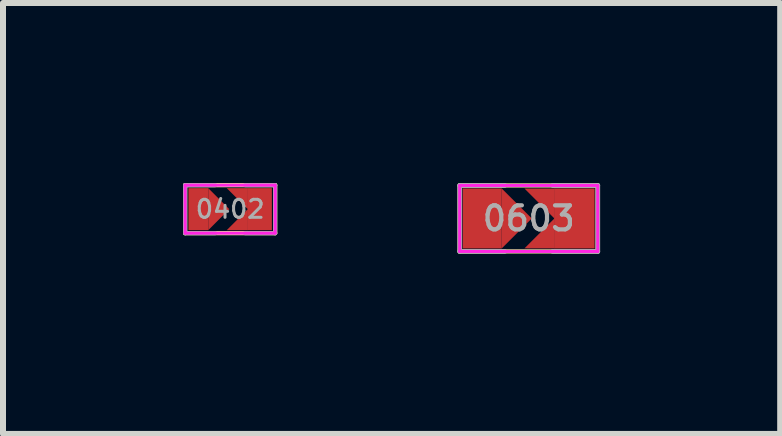
<source format=kicad_pcb>
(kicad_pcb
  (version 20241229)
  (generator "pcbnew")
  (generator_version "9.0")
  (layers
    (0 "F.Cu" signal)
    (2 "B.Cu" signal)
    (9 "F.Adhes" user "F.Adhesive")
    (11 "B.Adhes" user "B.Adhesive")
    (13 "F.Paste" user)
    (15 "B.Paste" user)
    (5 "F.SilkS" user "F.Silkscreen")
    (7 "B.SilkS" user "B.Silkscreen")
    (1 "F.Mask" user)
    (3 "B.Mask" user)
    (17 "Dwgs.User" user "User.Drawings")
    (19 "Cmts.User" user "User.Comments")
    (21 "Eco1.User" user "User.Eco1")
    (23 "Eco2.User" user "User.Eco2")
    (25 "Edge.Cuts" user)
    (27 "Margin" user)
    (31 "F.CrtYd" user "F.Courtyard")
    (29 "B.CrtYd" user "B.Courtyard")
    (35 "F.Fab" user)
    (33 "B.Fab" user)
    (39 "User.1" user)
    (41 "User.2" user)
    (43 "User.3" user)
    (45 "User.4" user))
  (footprint "0603"
    (layer "F.Cu")
    (at 5.76 0.59)
    (property "Reference" "0603" (at 0 0 0) (layer "F.Fab") (effects (font (size 0.4 0.4) (thickness 0.07))))
    (attr smd)
    (fp_line (start -1.15 -0.55) (end -1.15 0.55) (stroke (width 0.07) (type solid)) (layer "F.SilkS"))
    (fp_line (start -1.15 0.55) (end 1.15 0.55) (stroke (width 0.07) (type solid)) (layer "F.SilkS"))
    (fp_line (start 1.15 -0.55) (end -1.15 -0.55) (stroke (width 0.07) (type solid)) (layer "F.SilkS"))
    (fp_line (start 1.15 0.55) (end 1.15 -0.55) (stroke (width 0.07) (type solid)) (layer "F.SilkS"))
    (fp_line (start -1.15 -0.55) (end 1.15 -0.55) (stroke (width 0.05) (type solid)) (layer "F.CrtYd"))
    (fp_line (start -1.15 0.55) (end -1.15 -0.55) (stroke (width 0.05) (type solid)) (layer "F.CrtYd"))
    (fp_line (start 1.15 -0.55) (end 1.15 0.55) (stroke (width 0.05) (type solid)) (layer "F.CrtYd"))
    (fp_line (start 1.15 0.55) (end -1.15 0.55) (stroke (width 0.05) (type solid)) (layer "F.CrtYd"))
    (fp_line (start -1.15 -0.55) (end -1.15 0.55) (stroke (width 0.08) (type solid)) (layer "F.Fab"))
    (fp_line (start -1.15 0.55) (end -0.4 0.55) (stroke (width 0.08) (type solid)) (layer "F.Fab"))
    (fp_line (start -0.4 -0.55) (end -1.15 -0.55) (stroke (width 0.08) (type solid)) (layer "F.Fab"))
    (fp_line (start 0.4 -0.55) (end 1.15 -0.55) (stroke (width 0.08) (type solid)) (layer "F.Fab"))
    (fp_line (start 1.15 -0.55) (end 1.15 0.55) (stroke (width 0.08) (type solid)) (layer "F.Fab"))
    (fp_line (start 1.15 0.55) (end 0.4 0.55) (stroke (width 0.08) (type solid)) (layer "F.Fab"))
    (pad "1" smd rect (at -0.78 0) (size 0.65 1) (drill (offset 0.005 0)) (layers "F.Cu" "F.Mask" "F.Paste"))
    (pad "1" smd trapezoid (at -0.2 0 270) (size 0.5 0.5) (rect_delta 0 0.499) (layers "F.Cu" "F.Mask" "F.Paste"))
    (pad "2" smd trapezoid (at 0.3 -0.375 315) (size 0.35 0.35) (rect_delta 0 0.349) (layers "F.Cu" "F.Mask" "F.Paste"))
    (pad "2" smd trapezoid (at 0.3 0.375 225) (size 0.35 0.35) (rect_delta 0 0.349) (layers "F.Cu" "F.Mask" "F.Paste"))
    (pad "2" smd rect (at 0.76 0) (size 0.675 1) (layers "F.Cu" "F.Mask" "F.Paste")))
  (footprint "0402"
    (layer "F.Cu")
    (at 0.785 0.435)
    (property "Reference" "0402" (at 0 0 0) (layer "F.Fab") (effects (font (size 0.3 0.3) (thickness 0.05) (bold yes))))
    (attr smd)
    (fp_line (start -0.75 0.4) (end -0.75 -0.4) (stroke (width 0.07) (type solid)) (layer "F.SilkS"))
    (fp_line (start -0.75 0.4) (end 0.75 0.4) (stroke (width 0.07) (type solid)) (layer "F.SilkS"))
    (fp_line (start 0.75 -0.4) (end -0.75 -0.4) (stroke (width 0.07) (type solid)) (layer "F.SilkS"))
    (fp_line (start 0.75 -0.4) (end 0.75 0.4) (stroke (width 0.07) (type solid)) (layer "F.SilkS"))
    (fp_line (start -0.75 -0.4) (end 0.75 -0.4) (stroke (width 0.05) (type solid)) (layer "F.CrtYd"))
    (fp_line (start -0.75 0.4) (end -0.75 -0.4) (stroke (width 0.05) (type solid)) (layer "F.CrtYd"))
    (fp_line (start 0.75 -0.4) (end 0.75 0.4) (stroke (width 0.05) (type solid)) (layer "F.CrtYd"))
    (fp_line (start 0.75 0.4) (end -0.75 0.4) (stroke (width 0.05) (type solid)) (layer "F.CrtYd"))
    (fp_line (start -0.75 -0.4) (end -0.75 0.4) (stroke (width 0.07) (type solid)) (layer "F.Fab"))
    (fp_line (start -0.75 0.4) (end -0.25 0.4) (stroke (width 0.07) (type solid)) (layer "F.Fab"))
    (fp_line (start -0.25 -0.4) (end -0.75 -0.4) (stroke (width 0.07) (type solid)) (layer "F.Fab"))
    (fp_line (start 0.25 -0.4) (end 0.75 -0.4) (stroke (width 0.07) (type solid)) (layer "F.Fab"))
    (fp_line (start 0.75 -0.4) (end 0.75 0.4) (stroke (width 0.07) (type solid)) (layer "F.Fab"))
    (fp_line (start 0.75 0.4) (end 0.25 0.4) (stroke (width 0.07) (type solid)) (layer "F.Fab"))
    (pad "1" smd rect (at -0.53 0) (size 0.33 0.7) (layers "F.Cu" "F.Mask" "F.Paste"))
    (pad "1" smd trapezoid (at -0.19 0) (size 0.35 0.35) (rect_delta 0.35 0) (layers "F.Cu" "F.Mask" "F.Paste"))
    (pad "2" smd trapezoid (at 0.21 -0.26 45) (size 0.25 0.25) (rect_delta 0.25 0) (drill (offset 0 -0.003)) (layers "F.Cu" "F.Mask" "F.Paste"))
    (pad "2" smd trapezoid (at 0.21 0.26 315) (size 0.25 0.25) (rect_delta 0.25 0) (drill (offset 0 0.003)) (layers "F.Cu" "F.Mask" "F.Paste"))
    (pad "2" smd rect (at 0.5 0) (size 0.4 0.7) (drill (offset -0.005 0)) (layers "F.Cu" "F.Mask" "F.Paste")))
  (gr_rect
    (start -3 -3)
    (end 9.95 4.18)
    (stroke (width 0.1) (type default))
    (fill no)
    (layer "Edge.Cuts")))
</source>
